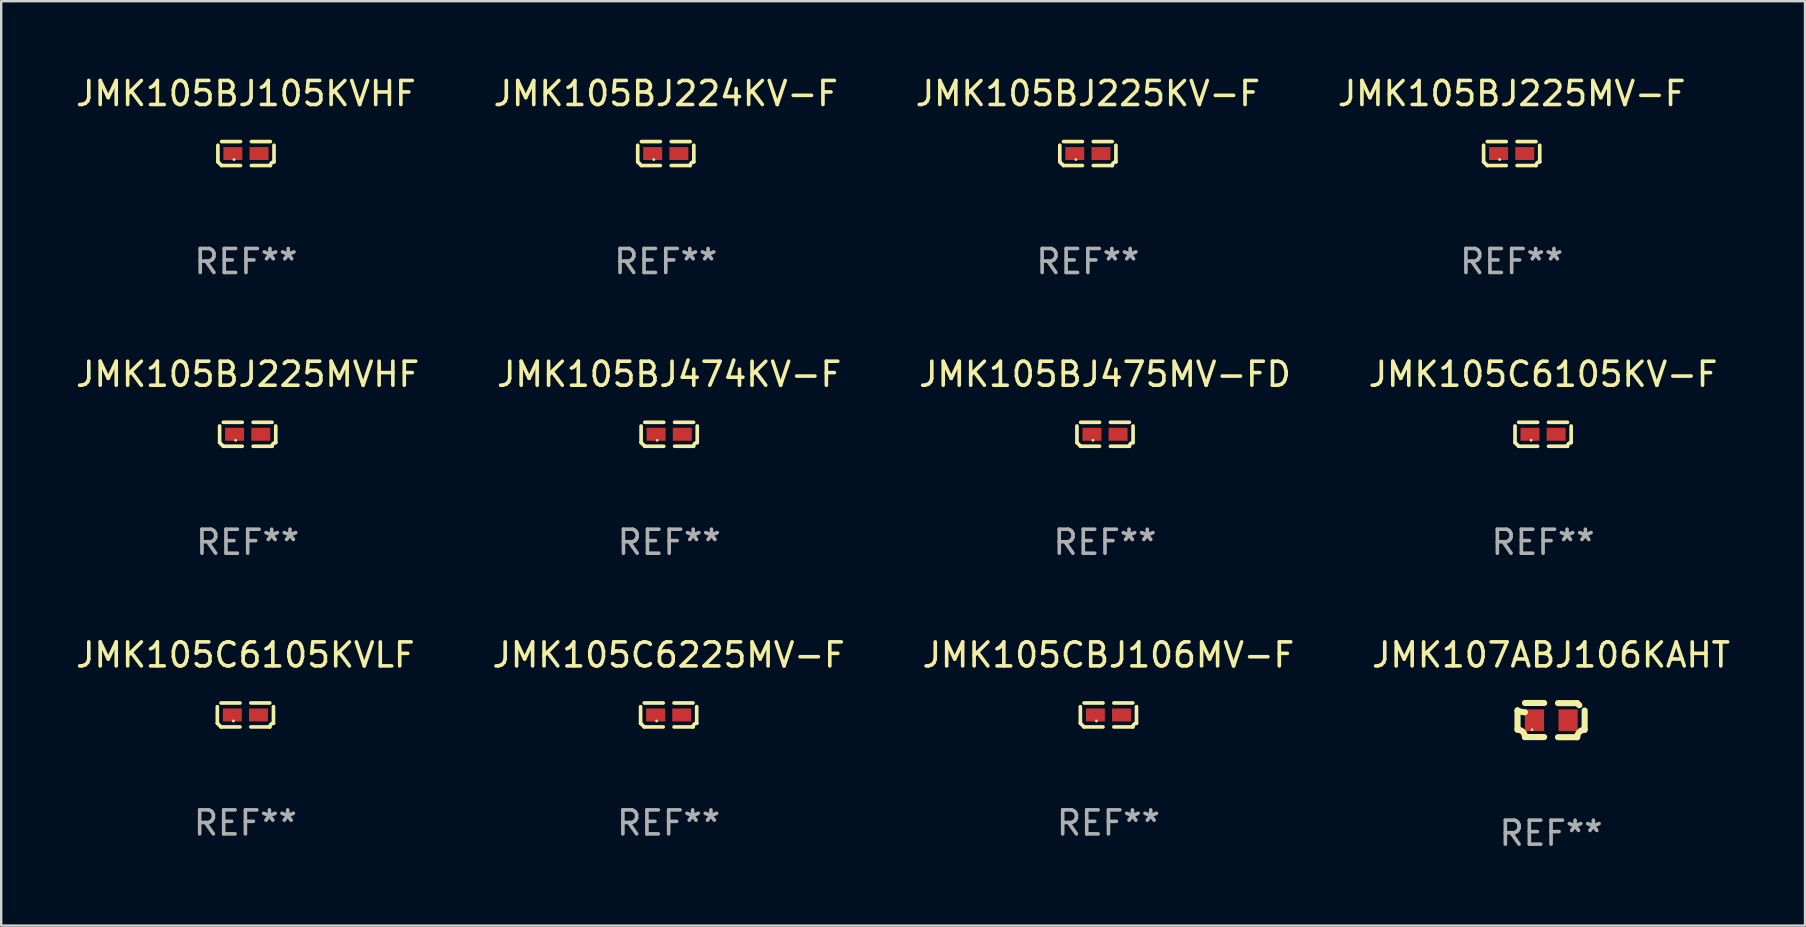
<source format=kicad_pcb>
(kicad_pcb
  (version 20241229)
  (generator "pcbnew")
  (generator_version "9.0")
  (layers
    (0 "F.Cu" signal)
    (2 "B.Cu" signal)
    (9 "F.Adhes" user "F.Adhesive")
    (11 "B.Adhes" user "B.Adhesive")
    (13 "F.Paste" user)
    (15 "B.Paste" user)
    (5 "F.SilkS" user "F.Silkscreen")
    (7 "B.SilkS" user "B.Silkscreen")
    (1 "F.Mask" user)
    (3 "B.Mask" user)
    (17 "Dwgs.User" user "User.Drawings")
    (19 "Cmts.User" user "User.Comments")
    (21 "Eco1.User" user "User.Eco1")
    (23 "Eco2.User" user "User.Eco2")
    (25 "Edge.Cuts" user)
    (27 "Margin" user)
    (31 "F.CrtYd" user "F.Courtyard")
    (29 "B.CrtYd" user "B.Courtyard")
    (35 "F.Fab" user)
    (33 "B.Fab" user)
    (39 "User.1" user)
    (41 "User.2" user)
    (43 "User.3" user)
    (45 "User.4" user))
  (footprint "JMK107ABJ106KAHT"
    (layer "F.Cu")
    (at 61.565 26.948)
    (property "Reference" "JMK107ABJ106KAHT" (at 0 -2.713 0) (layer "F.SilkS") (effects (font (size 1 1) (thickness 0.15))))
    (attr through_hole)
    (fp_line (start -1.398 -0.403) (end -1.398 0.397) (stroke (width 0.254) (type solid)) (layer "F.SilkS"))
    (fp_line (start -0.288 -0.713) (end -1.088 -0.713) (stroke (width 0.254) (type solid)) (layer "F.SilkS"))
    (fp_line (start -0.288 0.707) (end -1.088 0.707) (stroke (width 0.254) (type solid)) (layer "F.SilkS"))
    (fp_line (start 0.288 -0.707) (end 1.088 -0.707) (stroke (width 0.254) (type solid)) (layer "F.SilkS"))
    (fp_line (start 0.288 0.713) (end 1.088 0.713) (stroke (width 0.254) (type solid)) (layer "F.SilkS"))
    (fp_line (start 1.398 -0.397) (end 1.398 0.403) (stroke (width 0.254) (type solid)) (layer "F.SilkS"))
    (fp_arc (start -1.397789 0.397066) (mid -1.178701 0.487826) (end -1.08796 0.706922) (stroke (width 0.254001) (type solid)) (layer "F.SilkS"))
    (fp_arc (start -1.08796 -0.327176) (mid -1.247436 -0.346384) (end -1.39779 -0.402908) (stroke (width 0.254001) (type solid)) (layer "F.SilkS"))
    (fp_arc (start 1.087909 0.712738) (mid 1.178656 0.493655) (end 1.397739 0.402908) (stroke (width 0.254001) (type solid)) (layer "F.SilkS"))
    (fp_arc (start 1.175925 -0.618926) (mid 1.131917 -0.662923) (end 1.08791 -0.706922) (stroke (width 0.254001) (type solid)) (layer "F.SilkS"))
    (fp_circle (center -0.792 0.403) (end -0.762 0.403) (stroke (width 0.06) (type solid)) (fill no) (layer "F.SilkS"))
    (fp_text user "REF**" (at 0 4.713 0) (layer "F.Fab") (effects (font (size 1 1) (thickness 0.15))))
    (pad "1" smd rect (at -0.692 0.003) (size 0.8 0.9) (layers "F.Cu" "F.Mask" "F.Paste"))
    (pad "2" smd rect (at 0.708 0.003) (size 0.8 0.9) (layers "F.Cu" "F.Mask" "F.Paste")))
  (footprint "JMK105CBJ106MV-F"
    (layer "F.Cu")
    (at 43.125 26.734)
    (property "Reference" "JMK105CBJ106MV-F" (at 0 -2.499 0) (layer "F.SilkS") (effects (font (size 1 1) (thickness 0.15))))
    (attr through_hole)
    (fp_line (start -1.169 0.346) (end -1.169 -0.346) (stroke (width 0.152) (type solid)) (layer "F.SilkS"))
    (fp_line (start -1.016 -0.499) (end -0.226 -0.499) (stroke (width 0.152) (type solid)) (layer "F.SilkS"))
    (fp_line (start -0.226 0.499) (end -1.016 0.499) (stroke (width 0.152) (type solid)) (layer "F.SilkS"))
    (fp_line (start 0.226 0.499) (end 1.016 0.499) (stroke (width 0.152) (type solid)) (layer "F.SilkS"))
    (fp_line (start 1.016 -0.499) (end 0.226 -0.499) (stroke (width 0.152) (type solid)) (layer "F.SilkS"))
    (fp_line (start 1.169 0.346) (end 1.169 -0.346) (stroke (width 0.152) (type solid)) (layer "F.SilkS"))
    (fp_arc (start -1.016307 0.498603) (mid -1.092512 0.422405) (end -1.16871 0.3462) (stroke (width 0.1524) (type solid)) (layer "F.SilkS"))
    (fp_arc (start 1.016307 0.498603) (mid 1.060899 0.390758) (end 1.168707 0.346076) (stroke (width 0.1524) (type solid)) (layer "F.SilkS"))
    (fp_circle (center -0.5 0.25) (end -0.47 0.25) (stroke (width 0.06) (type solid)) (fill no) (layer "F.SilkS"))
    (fp_text user "REF**" (at 0 4.499 0) (layer "F.Fab") (effects (font (size 1 1) (thickness 0.15))))
    (pad "1" smd rect (at -0.545 0) (size 0.79 0.54) (layers "F.Cu" "F.Mask" "F.Paste"))
    (pad "2" smd rect (at 0.545 0) (size 0.79 0.54) (layers "F.Cu" "F.Mask" "F.Paste")))
  (footprint "JMK105BJ475MV-FD"
    (layer "F.Cu")
    (at 42.982 15.041)
    (property "Reference" "JMK105BJ475MV-FD" (at 0 -2.499 0) (layer "F.SilkS") (effects (font (size 1 1) (thickness 0.15))))
    (attr through_hole)
    (fp_line (start -1.169 0.346) (end -1.169 -0.346) (stroke (width 0.152) (type solid)) (layer "F.SilkS"))
    (fp_line (start -1.016 -0.499) (end -0.226 -0.499) (stroke (width 0.152) (type solid)) (layer "F.SilkS"))
    (fp_line (start -0.226 0.499) (end -1.016 0.499) (stroke (width 0.152) (type solid)) (layer "F.SilkS"))
    (fp_line (start 0.226 0.499) (end 1.016 0.499) (stroke (width 0.152) (type solid)) (layer "F.SilkS"))
    (fp_line (start 1.016 -0.499) (end 0.226 -0.499) (stroke (width 0.152) (type solid)) (layer "F.SilkS"))
    (fp_line (start 1.169 0.346) (end 1.169 -0.346) (stroke (width 0.152) (type solid)) (layer "F.SilkS"))
    (fp_arc (start -1.016307 0.498603) (mid -1.092512 0.422405) (end -1.16871 0.3462) (stroke (width 0.1524) (type solid)) (layer "F.SilkS"))
    (fp_arc (start 1.016307 0.498603) (mid 1.060899 0.390758) (end 1.168707 0.346076) (stroke (width 0.1524) (type solid)) (layer "F.SilkS"))
    (fp_circle (center -0.5 0.25) (end -0.47 0.25) (stroke (width 0.06) (type solid)) (fill no) (layer "F.SilkS"))
    (fp_text user "REF**" (at 0 4.499 0) (layer "F.Fab") (effects (font (size 1 1) (thickness 0.15))))
    (pad "1" smd rect (at -0.545 0) (size 0.79 0.54) (layers "F.Cu" "F.Mask" "F.Paste"))
    (pad "2" smd rect (at 0.545 0) (size 0.79 0.54) (layers "F.Cu" "F.Mask" "F.Paste")))
  (footprint "JMK105BJ105KVHF"
    (layer "F.Cu")
    (at 7.196 3.347)
    (property "Reference" "JMK105BJ105KVHF" (at 0 -2.499 0) (layer "F.SilkS") (effects (font (size 1 1) (thickness 0.15))))
    (attr through_hole)
    (fp_line (start -1.169 0.346) (end -1.169 -0.346) (stroke (width 0.152) (type solid)) (layer "F.SilkS"))
    (fp_line (start -1.016 -0.499) (end -0.226 -0.499) (stroke (width 0.152) (type solid)) (layer "F.SilkS"))
    (fp_line (start -0.226 0.499) (end -1.016 0.499) (stroke (width 0.152) (type solid)) (layer "F.SilkS"))
    (fp_line (start 0.226 0.499) (end 1.016 0.499) (stroke (width 0.152) (type solid)) (layer "F.SilkS"))
    (fp_line (start 1.016 -0.499) (end 0.226 -0.499) (stroke (width 0.152) (type solid)) (layer "F.SilkS"))
    (fp_line (start 1.169 0.346) (end 1.169 -0.346) (stroke (width 0.152) (type solid)) (layer "F.SilkS"))
    (fp_arc (start -1.016307 0.498603) (mid -1.092512 0.422405) (end -1.16871 0.3462) (stroke (width 0.1524) (type solid)) (layer "F.SilkS"))
    (fp_arc (start 1.016307 0.498603) (mid 1.060899 0.390758) (end 1.168707 0.346076) (stroke (width 0.1524) (type solid)) (layer "F.SilkS"))
    (fp_circle (center -0.5 0.25) (end -0.47 0.25) (stroke (width 0.06) (type solid)) (fill no) (layer "F.SilkS"))
    (fp_text user "REF**" (at 0 4.499 0) (layer "F.Fab") (effects (font (size 1 1) (thickness 0.15))))
    (pad "1" smd rect (at -0.545 0) (size 0.79 0.54) (layers "F.Cu" "F.Mask" "F.Paste"))
    (pad "2" smd rect (at 0.545 0) (size 0.79 0.54) (layers "F.Cu" "F.Mask" "F.Paste")))
  (footprint "JMK105BJ474KV-F"
    (layer "F.Cu")
    (at 24.827 15.041)
    (property "Reference" "JMK105BJ474KV-F" (at 0 -2.499 0) (layer "F.SilkS") (effects (font (size 1 1) (thickness 0.15))))
    (attr through_hole)
    (fp_line (start -1.169 0.346) (end -1.169 -0.346) (stroke (width 0.152) (type solid)) (layer "F.SilkS"))
    (fp_line (start -1.016 -0.499) (end -0.226 -0.499) (stroke (width 0.152) (type solid)) (layer "F.SilkS"))
    (fp_line (start -0.226 0.499) (end -1.016 0.499) (stroke (width 0.152) (type solid)) (layer "F.SilkS"))
    (fp_line (start 0.226 0.499) (end 1.016 0.499) (stroke (width 0.152) (type solid)) (layer "F.SilkS"))
    (fp_line (start 1.016 -0.499) (end 0.226 -0.499) (stroke (width 0.152) (type solid)) (layer "F.SilkS"))
    (fp_line (start 1.169 0.346) (end 1.169 -0.346) (stroke (width 0.152) (type solid)) (layer "F.SilkS"))
    (fp_arc (start -1.016307 0.498603) (mid -1.092512 0.422405) (end -1.16871 0.3462) (stroke (width 0.1524) (type solid)) (layer "F.SilkS"))
    (fp_arc (start 1.016307 0.498603) (mid 1.060899 0.390758) (end 1.168707 0.346076) (stroke (width 0.1524) (type solid)) (layer "F.SilkS"))
    (fp_circle (center -0.5 0.25) (end -0.47 0.25) (stroke (width 0.06) (type solid)) (fill no) (layer "F.SilkS"))
    (fp_text user "REF**" (at 0 4.499 0) (layer "F.Fab") (effects (font (size 1 1) (thickness 0.15))))
    (pad "1" smd rect (at -0.545 0) (size 0.79 0.54) (layers "F.Cu" "F.Mask" "F.Paste"))
    (pad "2" smd rect (at 0.545 0) (size 0.79 0.54) (layers "F.Cu" "F.Mask" "F.Paste")))
  (footprint "JMK105BJ224KV-F"
    (layer "F.Cu")
    (at 24.685 3.347)
    (property "Reference" "JMK105BJ224KV-F" (at 0 -2.499 0) (layer "F.SilkS") (effects (font (size 1 1) (thickness 0.15))))
    (attr through_hole)
    (fp_line (start -1.169 0.346) (end -1.169 -0.346) (stroke (width 0.152) (type solid)) (layer "F.SilkS"))
    (fp_line (start -1.016 -0.499) (end -0.226 -0.499) (stroke (width 0.152) (type solid)) (layer "F.SilkS"))
    (fp_line (start -0.226 0.499) (end -1.016 0.499) (stroke (width 0.152) (type solid)) (layer "F.SilkS"))
    (fp_line (start 0.226 0.499) (end 1.016 0.499) (stroke (width 0.152) (type solid)) (layer "F.SilkS"))
    (fp_line (start 1.016 -0.499) (end 0.226 -0.499) (stroke (width 0.152) (type solid)) (layer "F.SilkS"))
    (fp_line (start 1.169 0.346) (end 1.169 -0.346) (stroke (width 0.152) (type solid)) (layer "F.SilkS"))
    (fp_arc (start -1.016307 0.498603) (mid -1.092512 0.422405) (end -1.16871 0.3462) (stroke (width 0.1524) (type solid)) (layer "F.SilkS"))
    (fp_arc (start 1.016307 0.498603) (mid 1.060899 0.390758) (end 1.168707 0.346076) (stroke (width 0.1524) (type solid)) (layer "F.SilkS"))
    (fp_circle (center -0.5 0.25) (end -0.47 0.25) (stroke (width 0.06) (type solid)) (fill no) (layer "F.SilkS"))
    (fp_text user "REF**" (at 0 4.499 0) (layer "F.Fab") (effects (font (size 1 1) (thickness 0.15))))
    (pad "1" smd rect (at -0.545 0) (size 0.79 0.54) (layers "F.Cu" "F.Mask" "F.Paste"))
    (pad "2" smd rect (at 0.545 0) (size 0.79 0.54) (layers "F.Cu" "F.Mask" "F.Paste")))
  (footprint "JMK105C6105KVLF"
    (layer "F.Cu")
    (at 7.173 26.734)
    (property "Reference" "JMK105C6105KVLF" (at 0 -2.499 0) (layer "F.SilkS") (effects (font (size 1 1) (thickness 0.15))))
    (attr through_hole)
    (fp_line (start -1.169 0.346) (end -1.169 -0.346) (stroke (width 0.152) (type solid)) (layer "F.SilkS"))
    (fp_line (start -1.016 -0.499) (end -0.226 -0.499) (stroke (width 0.152) (type solid)) (layer "F.SilkS"))
    (fp_line (start -0.226 0.499) (end -1.016 0.499) (stroke (width 0.152) (type solid)) (layer "F.SilkS"))
    (fp_line (start 0.226 0.499) (end 1.016 0.499) (stroke (width 0.152) (type solid)) (layer "F.SilkS"))
    (fp_line (start 1.016 -0.499) (end 0.226 -0.499) (stroke (width 0.152) (type solid)) (layer "F.SilkS"))
    (fp_line (start 1.169 0.346) (end 1.169 -0.346) (stroke (width 0.152) (type solid)) (layer "F.SilkS"))
    (fp_arc (start -1.016307 0.498603) (mid -1.092512 0.422405) (end -1.16871 0.3462) (stroke (width 0.1524) (type solid)) (layer "F.SilkS"))
    (fp_arc (start 1.016307 0.498603) (mid 1.060899 0.390758) (end 1.168707 0.346076) (stroke (width 0.1524) (type solid)) (layer "F.SilkS"))
    (fp_circle (center -0.5 0.25) (end -0.47 0.25) (stroke (width 0.06) (type solid)) (fill no) (layer "F.SilkS"))
    (fp_text user "REF**" (at 0 4.499 0) (layer "F.Fab") (effects (font (size 1 1) (thickness 0.15))))
    (pad "1" smd rect (at -0.545 0) (size 0.79 0.54) (layers "F.Cu" "F.Mask" "F.Paste"))
    (pad "2" smd rect (at 0.545 0) (size 0.79 0.54) (layers "F.Cu" "F.Mask" "F.Paste")))
  (footprint "JMK105BJ225KV-F"
    (layer "F.Cu")
    (at 42.268 3.347)
    (property "Reference" "JMK105BJ225KV-F" (at 0 -2.499 0) (layer "F.SilkS") (effects (font (size 1 1) (thickness 0.15))))
    (attr through_hole)
    (fp_line (start -1.169 0.346) (end -1.169 -0.346) (stroke (width 0.152) (type solid)) (layer "F.SilkS"))
    (fp_line (start -1.016 -0.499) (end -0.226 -0.499) (stroke (width 0.152) (type solid)) (layer "F.SilkS"))
    (fp_line (start -0.226 0.499) (end -1.016 0.499) (stroke (width 0.152) (type solid)) (layer "F.SilkS"))
    (fp_line (start 0.226 0.499) (end 1.016 0.499) (stroke (width 0.152) (type solid)) (layer "F.SilkS"))
    (fp_line (start 1.016 -0.499) (end 0.226 -0.499) (stroke (width 0.152) (type solid)) (layer "F.SilkS"))
    (fp_line (start 1.169 0.346) (end 1.169 -0.346) (stroke (width 0.152) (type solid)) (layer "F.SilkS"))
    (fp_arc (start -1.016307 0.498603) (mid -1.092512 0.422405) (end -1.16871 0.3462) (stroke (width 0.1524) (type solid)) (layer "F.SilkS"))
    (fp_arc (start 1.016307 0.498603) (mid 1.060899 0.390758) (end 1.168707 0.346076) (stroke (width 0.1524) (type solid)) (layer "F.SilkS"))
    (fp_circle (center -0.5 0.25) (end -0.47 0.25) (stroke (width 0.06) (type solid)) (fill no) (layer "F.SilkS"))
    (fp_text user "REF**" (at 0 4.499 0) (layer "F.Fab") (effects (font (size 1 1) (thickness 0.15))))
    (pad "1" smd rect (at -0.545 0) (size 0.79 0.54) (layers "F.Cu" "F.Mask" "F.Paste"))
    (pad "2" smd rect (at 0.545 0) (size 0.79 0.54) (layers "F.Cu" "F.Mask" "F.Paste")))
  (footprint "JMK105C6105KV-F"
    (layer "F.Cu")
    (at 61.232 15.041)
    (property "Reference" "JMK105C6105KV-F" (at 0 -2.499 0) (layer "F.SilkS") (effects (font (size 1 1) (thickness 0.15))))
    (attr through_hole)
    (fp_line (start -1.169 0.346) (end -1.169 -0.346) (stroke (width 0.152) (type solid)) (layer "F.SilkS"))
    (fp_line (start -1.016 -0.499) (end -0.226 -0.499) (stroke (width 0.152) (type solid)) (layer "F.SilkS"))
    (fp_line (start -0.226 0.499) (end -1.016 0.499) (stroke (width 0.152) (type solid)) (layer "F.SilkS"))
    (fp_line (start 0.226 0.499) (end 1.016 0.499) (stroke (width 0.152) (type solid)) (layer "F.SilkS"))
    (fp_line (start 1.016 -0.499) (end 0.226 -0.499) (stroke (width 0.152) (type solid)) (layer "F.SilkS"))
    (fp_line (start 1.169 0.346) (end 1.169 -0.346) (stroke (width 0.152) (type solid)) (layer "F.SilkS"))
    (fp_arc (start -1.016307 0.498603) (mid -1.092512 0.422405) (end -1.16871 0.3462) (stroke (width 0.1524) (type solid)) (layer "F.SilkS"))
    (fp_arc (start 1.016307 0.498603) (mid 1.060899 0.390758) (end 1.168707 0.346076) (stroke (width 0.1524) (type solid)) (layer "F.SilkS"))
    (fp_circle (center -0.5 0.25) (end -0.47 0.25) (stroke (width 0.06) (type solid)) (fill no) (layer "F.SilkS"))
    (fp_text user "REF**" (at 0 4.499 0) (layer "F.Fab") (effects (font (size 1 1) (thickness 0.15))))
    (pad "1" smd rect (at -0.545 0) (size 0.79 0.54) (layers "F.Cu" "F.Mask" "F.Paste"))
    (pad "2" smd rect (at 0.545 0) (size 0.79 0.54) (layers "F.Cu" "F.Mask" "F.Paste")))
  (footprint "JMK105BJ225MV-F"
    (layer "F.Cu")
    (at 59.923 3.347)
    (property "Reference" "JMK105BJ225MV-F" (at 0 -2.499 0) (layer "F.SilkS") (effects (font (size 1 1) (thickness 0.15))))
    (attr through_hole)
    (fp_line (start -1.169 0.346) (end -1.169 -0.346) (stroke (width 0.152) (type solid)) (layer "F.SilkS"))
    (fp_line (start -1.016 -0.499) (end -0.226 -0.499) (stroke (width 0.152) (type solid)) (layer "F.SilkS"))
    (fp_line (start -0.226 0.499) (end -1.016 0.499) (stroke (width 0.152) (type solid)) (layer "F.SilkS"))
    (fp_line (start 0.226 0.499) (end 1.016 0.499) (stroke (width 0.152) (type solid)) (layer "F.SilkS"))
    (fp_line (start 1.016 -0.499) (end 0.226 -0.499) (stroke (width 0.152) (type solid)) (layer "F.SilkS"))
    (fp_line (start 1.169 0.346) (end 1.169 -0.346) (stroke (width 0.152) (type solid)) (layer "F.SilkS"))
    (fp_arc (start -1.016307 0.498603) (mid -1.092512 0.422405) (end -1.16871 0.3462) (stroke (width 0.1524) (type solid)) (layer "F.SilkS"))
    (fp_arc (start 1.016307 0.498603) (mid 1.060899 0.390758) (end 1.168707 0.346076) (stroke (width 0.1524) (type solid)) (layer "F.SilkS"))
    (fp_circle (center -0.5 0.25) (end -0.47 0.25) (stroke (width 0.06) (type solid)) (fill no) (layer "F.SilkS"))
    (fp_text user "REF**" (at 0 4.499 0) (layer "F.Fab") (effects (font (size 1 1) (thickness 0.15))))
    (pad "1" smd rect (at -0.545 0) (size 0.79 0.54) (layers "F.Cu" "F.Mask" "F.Paste"))
    (pad "2" smd rect (at 0.545 0) (size 0.79 0.54) (layers "F.Cu" "F.Mask" "F.Paste")))
  (footprint "JMK105C6225MV-F"
    (layer "F.Cu")
    (at 24.804 26.734)
    (property "Reference" "JMK105C6225MV-F" (at 0 -2.499 0) (layer "F.SilkS") (effects (font (size 1 1) (thickness 0.15))))
    (attr through_hole)
    (fp_line (start -1.169 0.346) (end -1.169 -0.346) (stroke (width 0.152) (type solid)) (layer "F.SilkS"))
    (fp_line (start -1.016 -0.499) (end -0.226 -0.499) (stroke (width 0.152) (type solid)) (layer "F.SilkS"))
    (fp_line (start -0.226 0.499) (end -1.016 0.499) (stroke (width 0.152) (type solid)) (layer "F.SilkS"))
    (fp_line (start 0.226 0.499) (end 1.016 0.499) (stroke (width 0.152) (type solid)) (layer "F.SilkS"))
    (fp_line (start 1.016 -0.499) (end 0.226 -0.499) (stroke (width 0.152) (type solid)) (layer "F.SilkS"))
    (fp_line (start 1.169 0.346) (end 1.169 -0.346) (stroke (width 0.152) (type solid)) (layer "F.SilkS"))
    (fp_arc (start -1.016307 0.498603) (mid -1.092512 0.422405) (end -1.16871 0.3462) (stroke (width 0.1524) (type solid)) (layer "F.SilkS"))
    (fp_arc (start 1.016307 0.498603) (mid 1.060899 0.390758) (end 1.168707 0.346076) (stroke (width 0.1524) (type solid)) (layer "F.SilkS"))
    (fp_circle (center -0.5 0.25) (end -0.47 0.25) (stroke (width 0.06) (type solid)) (fill no) (layer "F.SilkS"))
    (fp_text user "REF**" (at 0 4.499 0) (layer "F.Fab") (effects (font (size 1 1) (thickness 0.15))))
    (pad "1" smd rect (at -0.545 0) (size 0.79 0.54) (layers "F.Cu" "F.Mask" "F.Paste"))
    (pad "2" smd rect (at 0.545 0) (size 0.79 0.54) (layers "F.Cu" "F.Mask" "F.Paste")))
  (footprint "JMK105BJ225MVHF"
    (layer "F.Cu")
    (at 7.268 15.041)
    (property "Reference" "JMK105BJ225MVHF" (at 0 -2.499 0) (layer "F.SilkS") (effects (font (size 1 1) (thickness 0.15))))
    (attr through_hole)
    (fp_line (start -1.169 0.346) (end -1.169 -0.346) (stroke (width 0.152) (type solid)) (layer "F.SilkS"))
    (fp_line (start -1.016 -0.499) (end -0.226 -0.499) (stroke (width 0.152) (type solid)) (layer "F.SilkS"))
    (fp_line (start -0.226 0.499) (end -1.016 0.499) (stroke (width 0.152) (type solid)) (layer "F.SilkS"))
    (fp_line (start 0.226 0.499) (end 1.016 0.499) (stroke (width 0.152) (type solid)) (layer "F.SilkS"))
    (fp_line (start 1.016 -0.499) (end 0.226 -0.499) (stroke (width 0.152) (type solid)) (layer "F.SilkS"))
    (fp_line (start 1.169 0.346) (end 1.169 -0.346) (stroke (width 0.152) (type solid)) (layer "F.SilkS"))
    (fp_arc (start -1.016307 0.498603) (mid -1.092512 0.422405) (end -1.16871 0.3462) (stroke (width 0.1524) (type solid)) (layer "F.SilkS"))
    (fp_arc (start 1.016307 0.498603) (mid 1.060899 0.390758) (end 1.168707 0.346076) (stroke (width 0.1524) (type solid)) (layer "F.SilkS"))
    (fp_circle (center -0.5 0.25) (end -0.47 0.25) (stroke (width 0.06) (type solid)) (fill no) (layer "F.SilkS"))
    (fp_text user "REF**" (at 0 4.499 0) (layer "F.Fab") (effects (font (size 1 1) (thickness 0.15))))
    (pad "1" smd rect (at -0.545 0) (size 0.79 0.54) (layers "F.Cu" "F.Mask" "F.Paste"))
    (pad "2" smd rect (at 0.545 0) (size 0.79 0.54) (layers "F.Cu" "F.Mask" "F.Paste")))
  (gr_rect
    (start -3 -3)
    (end 72.143 35.509)
    (stroke (width 0.1) (type default))
    (fill no)
    (layer "Edge.Cuts")))
</source>
